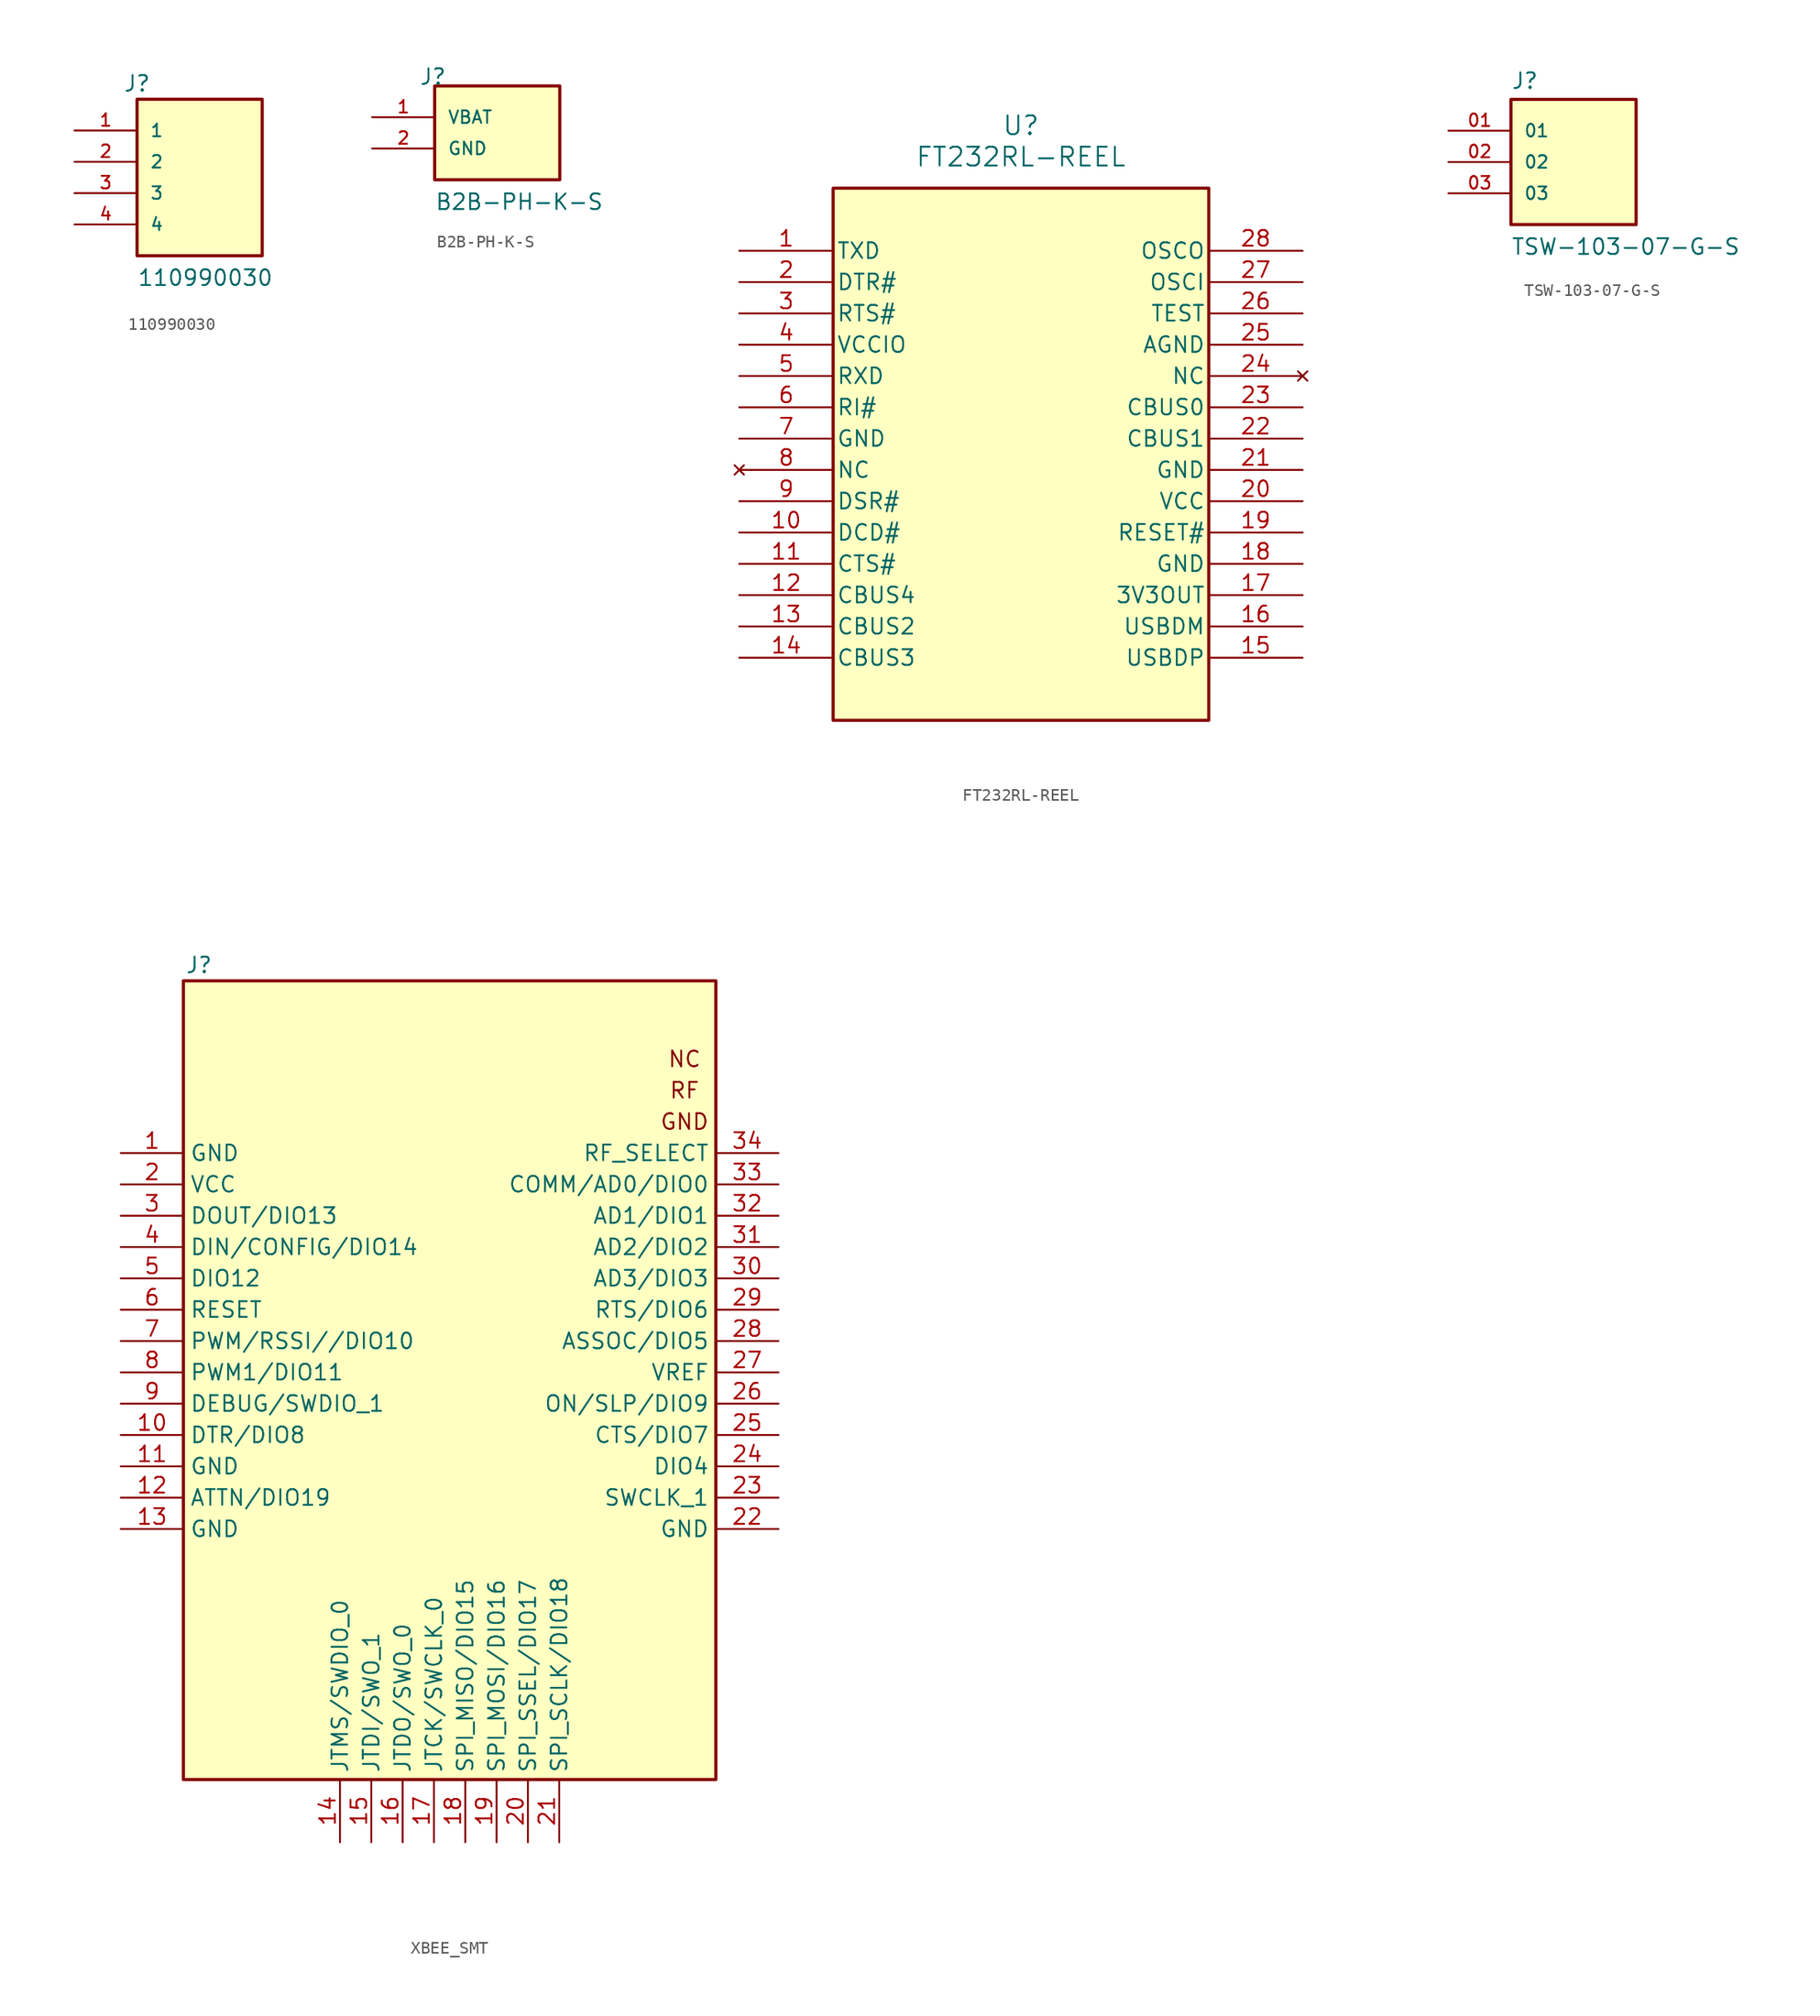
<source format=kicad_sym>
(kicad_symbol_lib
  (version 20220914)
  (generator kicad_symbol_editor)
  (symbol "110990030"
    (pin_names
      (offset 1.016))
    (property "Reference" "J"
      (at -6.211 8.148 0)
      (effects (font (size 1.27 1.27)) (justify left bottom)))
    (property "Value" "110990030"
      (at -5.08 -7.62 0)
      (effects (font (size 1.27 1.27)) (justify left bottom)))
    (symbol "110990030_0_0"
      (pin passive line (at -10.16 5.08 0) (length 5.08) (name "1" (effects (font (size 1.016 1.016)))) (number "1" (effects (font (size 1.016 1.016)))))
      (pin passive line (at -10.16 2.54 0) (length 5.08) (name "2" (effects (font (size 1.016 1.016)))) (number "2" (effects (font (size 1.016 1.016)))))
      (pin passive line (at -10.16 0 0) (length 5.08) (name "3" (effects (font (size 1.016 1.016)))) (number "3" (effects (font (size 1.016 1.016)))))
      (pin passive line (at -10.16 -2.54 0) (length 5.08) (name "4" (effects (font (size 1.016 1.016)))) (number "4" (effects (font (size 1.016 1.016))))))
    (symbol "110990030_1_0"
      (rectangle (start -5.08 7.62) (end 5.08 -5.08) (stroke (width 0.254) (type default)) (fill (type background)))))
  (symbol "B2B-PH-K-S"
    (pin_names
      (offset 1.016))
    (property "Reference" "J"
      (at -6.35 5.08 0)
      (effects (font (size 1.27 1.27)) (justify left bottom)))
    (property "Value" "B2B-PH-K-S"
      (at -5.08 -5.08 0)
      (effects (font (size 1.27 1.27)) (justify left bottom)))
    (symbol "B2B-PH-K-S_0_0"
      (rectangle (start -5.08 5.08) (end 5.08 -2.54) (stroke (width 0.254) (type default)) (fill (type background))))
    (symbol "B2B-PH-K-S_1_0"
      (pin passive line (at -10.16 2.54 0) (length 5.08) (name "VBAT" (effects (font (size 1.016 1.016)))) (number "1" (effects (font (size 1.016 1.016)))))
      (pin passive line (at -10.16 0 0) (length 5.08) (name "GND" (effects (font (size 1.016 1.016)))) (number "2" (effects (font (size 1.016 1.016)))))))
  (symbol "FT232RL-REEL"
    (pin_names
      (offset 0.254))
    (property "Reference" "U"
      (at 22.86 10.16 0)
      (effects (font (size 1.524 1.524))))
    (property "Value" "FT232RL-REEL"
      (at 22.86 7.62 0)
      (effects (font (size 1.524 1.524))))
    (symbol "FT232RL-REEL_0_1"
      (rectangle (start 7.62 5.08) (end 38.1 -38.1) (stroke (width 0.254) (type default)) (fill (type background)))
      (pin unspecified line (at 0 0 0) (length 7.62) (name "TXD" (effects (font (size 1.27 1.27)))) (number "1" (effects (font (size 1.27 1.27)))))
      (pin unspecified line (at 0 -22.86 0) (length 7.62) (name "DCD#" (effects (font (size 1.27 1.27)))) (number "10" (effects (font (size 1.27 1.27)))))
      (pin unspecified line (at 0 -25.4 0) (length 7.62) (name "CTS#" (effects (font (size 1.27 1.27)))) (number "11" (effects (font (size 1.27 1.27)))))
      (pin bidirectional line (at 0 -27.94 0) (length 7.62) (name "CBUS4" (effects (font (size 1.27 1.27)))) (number "12" (effects (font (size 1.27 1.27)))))
      (pin bidirectional line (at 0 -30.48 0) (length 7.62) (name "CBUS2" (effects (font (size 1.27 1.27)))) (number "13" (effects (font (size 1.27 1.27)))))
      (pin bidirectional line (at 0 -33.02 0) (length 7.62) (name "CBUS3" (effects (font (size 1.27 1.27)))) (number "14" (effects (font (size 1.27 1.27)))))
      (pin unspecified line (at 45.72 -33.02 180) (length 7.62) (name "USBDP" (effects (font (size 1.27 1.27)))) (number "15" (effects (font (size 1.27 1.27)))))
      (pin unspecified line (at 45.72 -30.48 180) (length 7.62) (name "USBDM" (effects (font (size 1.27 1.27)))) (number "16" (effects (font (size 1.27 1.27)))))
      (pin output line (at 45.72 -27.94 180) (length 7.62) (name "3V3OUT" (effects (font (size 1.27 1.27)))) (number "17" (effects (font (size 1.27 1.27)))))
      (pin power_out line (at 45.72 -25.4 180) (length 7.62) (name "GND" (effects (font (size 1.27 1.27)))) (number "18" (effects (font (size 1.27 1.27)))))
      (pin unspecified line (at 45.72 -22.86 180) (length 7.62) (name "RESET#" (effects (font (size 1.27 1.27)))) (number "19" (effects (font (size 1.27 1.27)))))
      (pin unspecified line (at 0 -2.54 0) (length 7.62) (name "DTR#" (effects (font (size 1.27 1.27)))) (number "2" (effects (font (size 1.27 1.27)))))
      (pin power_in line (at 45.72 -20.32 180) (length 7.62) (name "VCC" (effects (font (size 1.27 1.27)))) (number "20" (effects (font (size 1.27 1.27)))))
      (pin power_out line (at 45.72 -17.78 180) (length 7.62) (name "GND" (effects (font (size 1.27 1.27)))) (number "21" (effects (font (size 1.27 1.27)))))
      (pin bidirectional line (at 45.72 -15.24 180) (length 7.62) (name "CBUS1" (effects (font (size 1.27 1.27)))) (number "22" (effects (font (size 1.27 1.27)))))
      (pin bidirectional line (at 45.72 -12.7 180) (length 7.62) (name "CBUS0" (effects (font (size 1.27 1.27)))) (number "23" (effects (font (size 1.27 1.27)))))
      (pin no_connect line (at 45.72 -10.16 180) (length 7.62) (name "NC" (effects (font (size 1.27 1.27)))) (number "24" (effects (font (size 1.27 1.27)))))
      (pin power_out line (at 45.72 -7.62 180) (length 7.62) (name "AGND" (effects (font (size 1.27 1.27)))) (number "25" (effects (font (size 1.27 1.27)))))
      (pin unspecified line (at 45.72 -5.08 180) (length 7.62) (name "TEST" (effects (font (size 1.27 1.27)))) (number "26" (effects (font (size 1.27 1.27)))))
      (pin unspecified line (at 45.72 -2.54 180) (length 7.62) (name "OSCI" (effects (font (size 1.27 1.27)))) (number "27" (effects (font (size 1.27 1.27)))))
      (pin unspecified line (at 45.72 0 180) (length 7.62) (name "OSCO" (effects (font (size 1.27 1.27)))) (number "28" (effects (font (size 1.27 1.27)))))
      (pin unspecified line (at 0 -5.08 0) (length 7.62) (name "RTS#" (effects (font (size 1.27 1.27)))) (number "3" (effects (font (size 1.27 1.27)))))
      (pin power_in line (at 0 -7.62 0) (length 7.62) (name "VCCIO" (effects (font (size 1.27 1.27)))) (number "4" (effects (font (size 1.27 1.27)))))
      (pin unspecified line (at 0 -10.16 0) (length 7.62) (name "RXD" (effects (font (size 1.27 1.27)))) (number "5" (effects (font (size 1.27 1.27)))))
      (pin unspecified line (at 0 -12.7 0) (length 7.62) (name "RI#" (effects (font (size 1.27 1.27)))) (number "6" (effects (font (size 1.27 1.27)))))
      (pin power_out line (at 0 -15.24 0) (length 7.62) (name "GND" (effects (font (size 1.27 1.27)))) (number "7" (effects (font (size 1.27 1.27)))))
      (pin no_connect line (at 0 -17.78 0) (length 7.62) (name "NC" (effects (font (size 1.27 1.27)))) (number "8" (effects (font (size 1.27 1.27)))))
      (pin unspecified line (at 0 -20.32 0) (length 7.62) (name "DSR#" (effects (font (size 1.27 1.27)))) (number "9" (effects (font (size 1.27 1.27)))))))
  (symbol "TSW-103-07-G-S"
    (pin_names
      (offset 1.016))
    (property "Reference" "J"
      (at -5.08 5.842 0)
      (effects (font (size 1.27 1.27)) (justify left bottom)))
    (property "Value" "TSW-103-07-G-S"
      (at -5.08 -7.62 0)
      (effects (font (size 1.27 1.27)) (justify left bottom)))
    (symbol "TSW-103-07-G-S_0_0"
      (rectangle (start -5.08 -5.08) (end 5.08 5.08) (stroke (width 0.254) (type default)) (fill (type background)))
      (pin passive line (at -10.16 2.54 0) (length 5.08) (name "01" (effects (font (size 1.016 1.016)))) (number "01" (effects (font (size 1.016 1.016)))))
      (pin passive line (at -10.16 0 0) (length 5.08) (name "02" (effects (font (size 1.016 1.016)))) (number "02" (effects (font (size 1.016 1.016)))))
      (pin passive line (at -10.16 -2.54 0) (length 5.08) (name "03" (effects (font (size 1.016 1.016)))) (number "03" (effects (font (size 1.016 1.016)))))))
  (symbol "XBEE_SMT"
    (property "Reference" "J"
      (at -20.32 35.56 0)
      (effects (font (size 1.27 1.27))))
    (property "Value" ""
      (at -1.27 -8.89 0)
      (effects (font (size 1.27 1.27))))
    (symbol "XBEE_SMT_0_1"
      (rectangle (start -21.59 34.29) (end 21.59 -30.48) (stroke (width 0.254) (type default)) (fill (type background))))
    (symbol "XBEE_SMT_1_1"
      (text "GND\n" (at 19.05 22.86 0) (effects (font (size 1.27 1.27))))
      (text "NC" (at 19.05 27.94 0) (effects (font (size 1.27 1.27))))
      (text "RF" (at 19.05 25.4 0) (effects (font (size 1.27 1.27))))
      (pin input line (at -26.67 20.32 0) (length 5.08) (name "GND" (effects (font (size 1.27 1.27)))) (number "1" (effects (font (size 1.27 1.27)))))
      (pin input line (at -26.67 -2.54 0) (length 5.08) (name "DTR/DIO8" (effects (font (size 1.27 1.27)))) (number "10" (effects (font (size 1.27 1.27)))))
      (pin input line (at -26.67 -5.08 0) (length 5.08) (name "GND" (effects (font (size 1.27 1.27)))) (number "11" (effects (font (size 1.27 1.27)))))
      (pin input line (at -26.67 -7.62 0) (length 5.08) (name "ATTN/DIO19" (effects (font (size 1.27 1.27)))) (number "12" (effects (font (size 1.27 1.27)))))
      (pin input line (at -26.67 -10.16 0) (length 5.08) (name "GND" (effects (font (size 1.27 1.27)))) (number "13" (effects (font (size 1.27 1.27)))))
      (pin input line (at -8.89 -35.56 90) (length 5.08) (name "JTMS/SWDIO_0" (effects (font (size 1.27 1.27)))) (number "14" (effects (font (size 1.27 1.27)))))
      (pin input line (at -6.35 -35.56 90) (length 5.08) (name "JTDI/SWO_1" (effects (font (size 1.27 1.27)))) (number "15" (effects (font (size 1.27 1.27)))))
      (pin input line (at -3.81 -35.56 90) (length 5.08) (name "JTDO/SWO_0" (effects (font (size 1.27 1.27)))) (number "16" (effects (font (size 1.27 1.27)))))
      (pin input line (at -1.27 -35.56 90) (length 5.08) (name "JTCK/SWCLK_0" (effects (font (size 1.27 1.27)))) (number "17" (effects (font (size 1.27 1.27)))))
      (pin input line (at 1.27 -35.56 90) (length 5.08) (name "SPI_MISO/DIO15" (effects (font (size 1.27 1.27)))) (number "18" (effects (font (size 1.27 1.27)))))
      (pin input line (at 3.81 -35.56 90) (length 5.08) (name "SPI_MOSI/DIO16" (effects (font (size 1.27 1.27)))) (number "19" (effects (font (size 1.27 1.27)))))
      (pin input line (at -26.67 17.78 0) (length 5.08) (name "VCC" (effects (font (size 1.27 1.27)))) (number "2" (effects (font (size 1.27 1.27)))))
      (pin input line (at 6.35 -35.56 90) (length 5.08) (name "SPI_SSEL/DIO17" (effects (font (size 1.27 1.27)))) (number "20" (effects (font (size 1.27 1.27)))))
      (pin input line (at 8.89 -35.56 90) (length 5.08) (name "SPI_SCLK/DIO18" (effects (font (size 1.27 1.27)))) (number "21" (effects (font (size 1.27 1.27)))))
      (pin input line (at 26.67 -10.16 180) (length 5.08) (name "GND" (effects (font (size 1.27 1.27)))) (number "22" (effects (font (size 1.27 1.27)))))
      (pin input line (at 26.67 -7.62 180) (length 5.08) (name "SWCLK_1" (effects (font (size 1.27 1.27)))) (number "23" (effects (font (size 1.27 1.27)))))
      (pin input line (at 26.67 -5.08 180) (length 5.08) (name "DIO4" (effects (font (size 1.27 1.27)))) (number "24" (effects (font (size 1.27 1.27)))))
      (pin input line (at 26.67 -2.54 180) (length 5.08) (name "CTS/DIO7" (effects (font (size 1.27 1.27)))) (number "25" (effects (font (size 1.27 1.27)))))
      (pin input line (at 26.67 0 180) (length 5.08) (name "ON/SLP/DIO9" (effects (font (size 1.27 1.27)))) (number "26" (effects (font (size 1.27 1.27)))))
      (pin input line (at 26.67 2.54 180) (length 5.08) (name "VREF" (effects (font (size 1.27 1.27)))) (number "27" (effects (font (size 1.27 1.27)))))
      (pin input line (at 26.67 5.08 180) (length 5.08) (name "ASSOC/DIO5" (effects (font (size 1.27 1.27)))) (number "28" (effects (font (size 1.27 1.27)))))
      (pin input line (at 26.67 7.62 180) (length 5.08) (name "RTS/DIO6" (effects (font (size 1.27 1.27)))) (number "29" (effects (font (size 1.27 1.27)))))
      (pin input line (at -26.67 15.24 0) (length 5.08) (name "DOUT/DIO13" (effects (font (size 1.27 1.27)))) (number "3" (effects (font (size 1.27 1.27)))))
      (pin input line (at 26.67 10.16 180) (length 5.08) (name "AD3/DIO3" (effects (font (size 1.27 1.27)))) (number "30" (effects (font (size 1.27 1.27)))))
      (pin input line (at 26.67 12.7 180) (length 5.08) (name "AD2/DIO2" (effects (font (size 1.27 1.27)))) (number "31" (effects (font (size 1.27 1.27)))))
      (pin input line (at 26.67 15.24 180) (length 5.08) (name "AD1/DIO1" (effects (font (size 1.27 1.27)))) (number "32" (effects (font (size 1.27 1.27)))))
      (pin input line (at 26.67 17.78 180) (length 5.08) (name "COMM/AD0/DIO0" (effects (font (size 1.27 1.27)))) (number "33" (effects (font (size 1.27 1.27)))))
      (pin input line (at 26.67 20.32 180) (length 5.08) (name "RF_SELECT" (effects (font (size 1.27 1.27)))) (number "34" (effects (font (size 1.27 1.27)))))
      (pin input line (at -26.67 12.7 0) (length 5.08) (name "DIN/CONFIG/DIO14" (effects (font (size 1.27 1.27)))) (number "4" (effects (font (size 1.27 1.27)))))
      (pin input line (at -26.67 10.16 0) (length 5.08) (name "DIO12" (effects (font (size 1.27 1.27)))) (number "5" (effects (font (size 1.27 1.27)))))
      (pin input line (at -26.67 7.62 0) (length 5.08) (name "RESET" (effects (font (size 1.27 1.27)))) (number "6" (effects (font (size 1.27 1.27)))))
      (pin input line (at -26.67 5.08 0) (length 5.08) (name "PWM/RSSI//DIO10" (effects (font (size 1.27 1.27)))) (number "7" (effects (font (size 1.27 1.27)))))
      (pin input line (at -26.67 2.54 0) (length 5.08) (name "PWM1/DIO11" (effects (font (size 1.27 1.27)))) (number "8" (effects (font (size 1.27 1.27)))))
      (pin input line (at -26.67 0 0) (length 5.08) (name "DEBUG/SWDIO_1" (effects (font (size 1.27 1.27)))) (number "9" (effects (font (size 1.27 1.27))))))))
</source>
